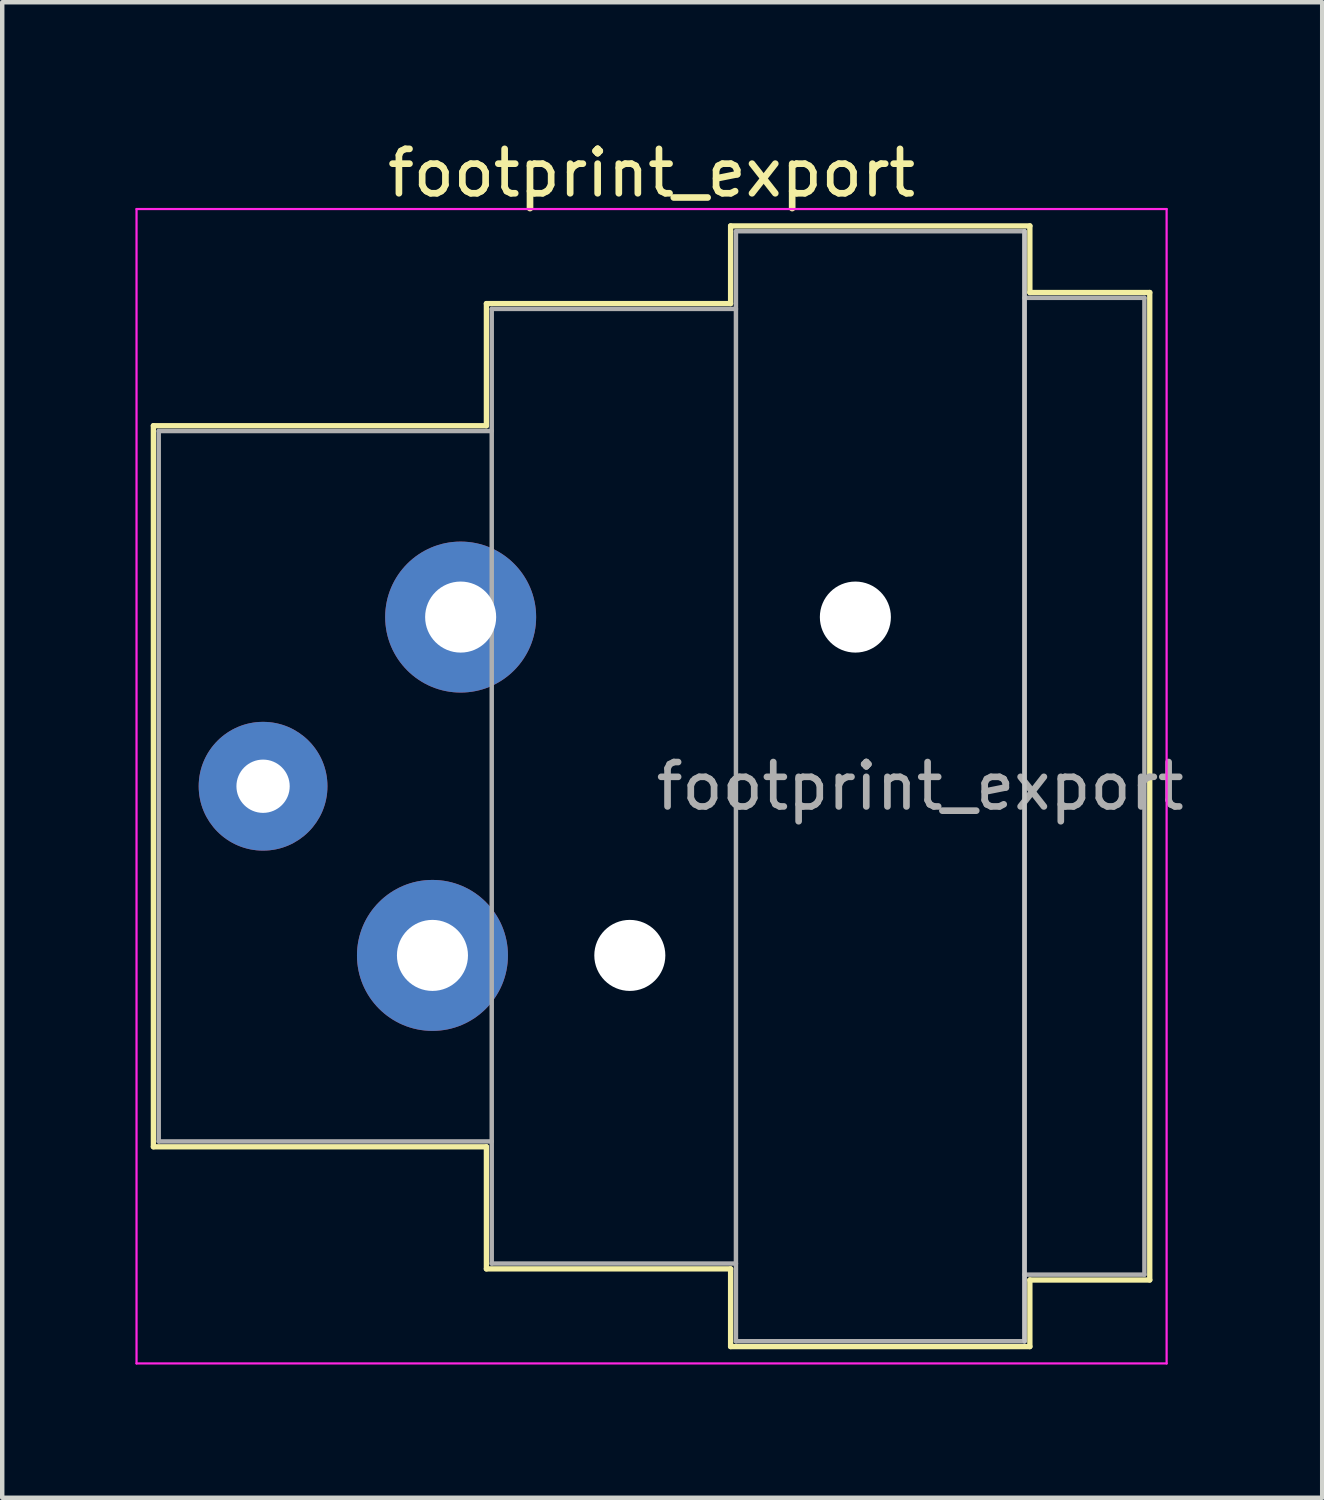
<source format=kicad_pcb>
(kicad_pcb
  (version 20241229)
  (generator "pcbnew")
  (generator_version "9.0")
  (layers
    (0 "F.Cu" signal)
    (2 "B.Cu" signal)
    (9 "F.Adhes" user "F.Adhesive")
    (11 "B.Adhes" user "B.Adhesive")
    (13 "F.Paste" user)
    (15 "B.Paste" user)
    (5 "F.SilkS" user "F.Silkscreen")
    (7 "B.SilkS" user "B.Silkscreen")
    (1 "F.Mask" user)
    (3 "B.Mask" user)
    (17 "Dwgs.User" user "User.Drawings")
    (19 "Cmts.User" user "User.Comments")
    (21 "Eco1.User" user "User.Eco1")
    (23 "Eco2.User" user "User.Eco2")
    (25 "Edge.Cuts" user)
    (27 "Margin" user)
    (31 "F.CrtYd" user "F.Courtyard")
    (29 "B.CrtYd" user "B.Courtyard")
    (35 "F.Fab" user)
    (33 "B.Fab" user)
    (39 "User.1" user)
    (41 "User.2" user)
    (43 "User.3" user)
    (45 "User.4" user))
  (footprint "footprint_export"
    (layer "F.Cu")
    (at 7.325 10.848)
    (property "Reference" "footprint_export" (at 4.3 -10 0) (layer "F.SilkS") (effects (font (size 1 1) (thickness 0.15))))
    (attr through_hole)
    (fp_line (start -6.92 -4.31) (end -6.92 11.93) (stroke (width 0.12) (type solid)) (layer "F.SilkS"))
    (fp_line (start 0.58 -7.06) (end 0.58 -4.31) (stroke (width 0.12) (type solid)) (layer "F.SilkS"))
    (fp_line (start 0.58 -4.31) (end -6.92 -4.31) (stroke (width 0.12) (type solid)) (layer "F.SilkS"))
    (fp_line (start 0.58 11.93) (end -6.92 11.93) (stroke (width 0.12) (type solid)) (layer "F.SilkS"))
    (fp_line (start 0.58 11.93) (end 0.58 14.68) (stroke (width 0.12) (type solid)) (layer "F.SilkS"))
    (fp_line (start 6.08 -7.06) (end 0.58 -7.06) (stroke (width 0.12) (type solid)) (layer "F.SilkS"))
    (fp_line (start 6.08 -7.06) (end 6.08 -8.81) (stroke (width 0.12) (type solid)) (layer "F.SilkS"))
    (fp_line (start 6.08 14.68) (end 0.58 14.68) (stroke (width 0.12) (type solid)) (layer "F.SilkS"))
    (fp_line (start 6.08 16.43) (end 6.08 14.68) (stroke (width 0.12) (type solid)) (layer "F.SilkS"))
    (fp_line (start 12.82 -8.81) (end 6.08 -8.81) (stroke (width 0.12) (type solid)) (layer "F.SilkS"))
    (fp_line (start 12.82 -8.81) (end 12.82 -7.31) (stroke (width 0.12) (type solid)) (layer "F.SilkS"))
    (fp_line (start 12.82 -7.31) (end 15.52 -7.31) (stroke (width 0.12) (type solid)) (layer "F.SilkS"))
    (fp_line (start 12.82 14.93) (end 12.82 16.43) (stroke (width 0.12) (type solid)) (layer "F.SilkS"))
    (fp_line (start 12.82 14.93) (end 15.52 14.93) (stroke (width 0.12) (type solid)) (layer "F.SilkS"))
    (fp_line (start 12.82 16.43) (end 6.08 16.43) (stroke (width 0.12) (type solid)) (layer "F.SilkS"))
    (fp_line (start 15.52 -7.31) (end 15.52 14.93) (stroke (width 0.12) (type solid)) (layer "F.SilkS"))
    (fp_line (start 12.7 -8.69) (end 12.7 16.31) (stroke (width 0.1) (type solid)) (layer "Dwgs.User"))
    (fp_line (start -7.3 -9.19) (end -7.3 16.81) (stroke (width 0.05) (type solid)) (layer "F.CrtYd"))
    (fp_line (start 15.9 -9.19) (end -7.3 -9.19) (stroke (width 0.05) (type solid)) (layer "F.CrtYd"))
    (fp_line (start 15.9 -9.19) (end 15.9 16.81) (stroke (width 0.05) (type solid)) (layer "F.CrtYd"))
    (fp_line (start 15.9 16.81) (end -7.3 16.81) (stroke (width 0.05) (type solid)) (layer "F.CrtYd"))
    (fp_line (start -6.8 -4.19) (end -6.8 11.81) (stroke (width 0.1) (type solid)) (layer "F.Fab"))
    (fp_line (start -6.8 11.81) (end 0.7 11.81) (stroke (width 0.1) (type solid)) (layer "F.Fab"))
    (fp_line (start 0.7 -6.94) (end 0.7 14.56) (stroke (width 0.1) (type solid)) (layer "F.Fab"))
    (fp_line (start 0.7 -4.19) (end -6.8 -4.19) (stroke (width 0.1) (type solid)) (layer "F.Fab"))
    (fp_line (start 0.7 14.56) (end 6.2 14.56) (stroke (width 0.1) (type solid)) (layer "F.Fab"))
    (fp_line (start 6.2 -8.69) (end 12.7 -8.69) (stroke (width 0.1) (type solid)) (layer "F.Fab"))
    (fp_line (start 6.2 -6.94) (end 0.7 -6.94) (stroke (width 0.1) (type solid)) (layer "F.Fab"))
    (fp_line (start 6.2 16.31) (end 6.2 -8.69) (stroke (width 0.1) (type solid)) (layer "F.Fab"))
    (fp_line (start 12.7 -8.69) (end 12.7 16.31) (stroke (width 0.1) (type solid)) (layer "F.Fab"))
    (fp_line (start 12.7 -7.19) (end 15.4 -7.19) (stroke (width 0.1) (type solid)) (layer "F.Fab"))
    (fp_line (start 12.7 16.31) (end 6.2 16.31) (stroke (width 0.1) (type solid)) (layer "F.Fab"))
    (fp_line (start 15.4 -7.19) (end 15.4 14.81) (stroke (width 0.1) (type solid)) (layer "F.Fab"))
    (fp_line (start 15.4 14.81) (end 12.7 14.81) (stroke (width 0.1) (type solid)) (layer "F.Fab"))
    (fp_text user "${REFERENCE}" (at 10.35 3.81 0) (layer "F.Fab") (effects (font (size 1 1) (thickness 0.15))))
    (pad "" np_thru_hole circle (at 3.81 7.62) (size 1.6 1.6) (drill 1.6) (layers "*.Cu" "*.Mask"))
    (pad "" np_thru_hole circle (at 8.89 0) (size 1.6 1.6) (drill 1.6) (layers "*.Cu" "*.Mask"))
    (pad "1" thru_hole circle (at 0 0) (size 3.4 3.4) (drill 1.6) (layers "*.Cu" "*.Mask"))
    (pad "2" thru_hole circle (at -0.635 7.62) (size 3.4 3.4) (drill 1.6) (layers "*.Cu" "*.Mask"))
    (pad "3" thru_hole circle (at -4.45 3.81) (size 2.9 2.9) (drill 1.2) (layers "*.Cu" "*.Mask")))
  (gr_rect
    (start -3 -3)
    (end 26.729 30.683)
    (stroke (width 0.1) (type default))
    (fill no)
    (layer "Edge.Cuts")))
</source>
